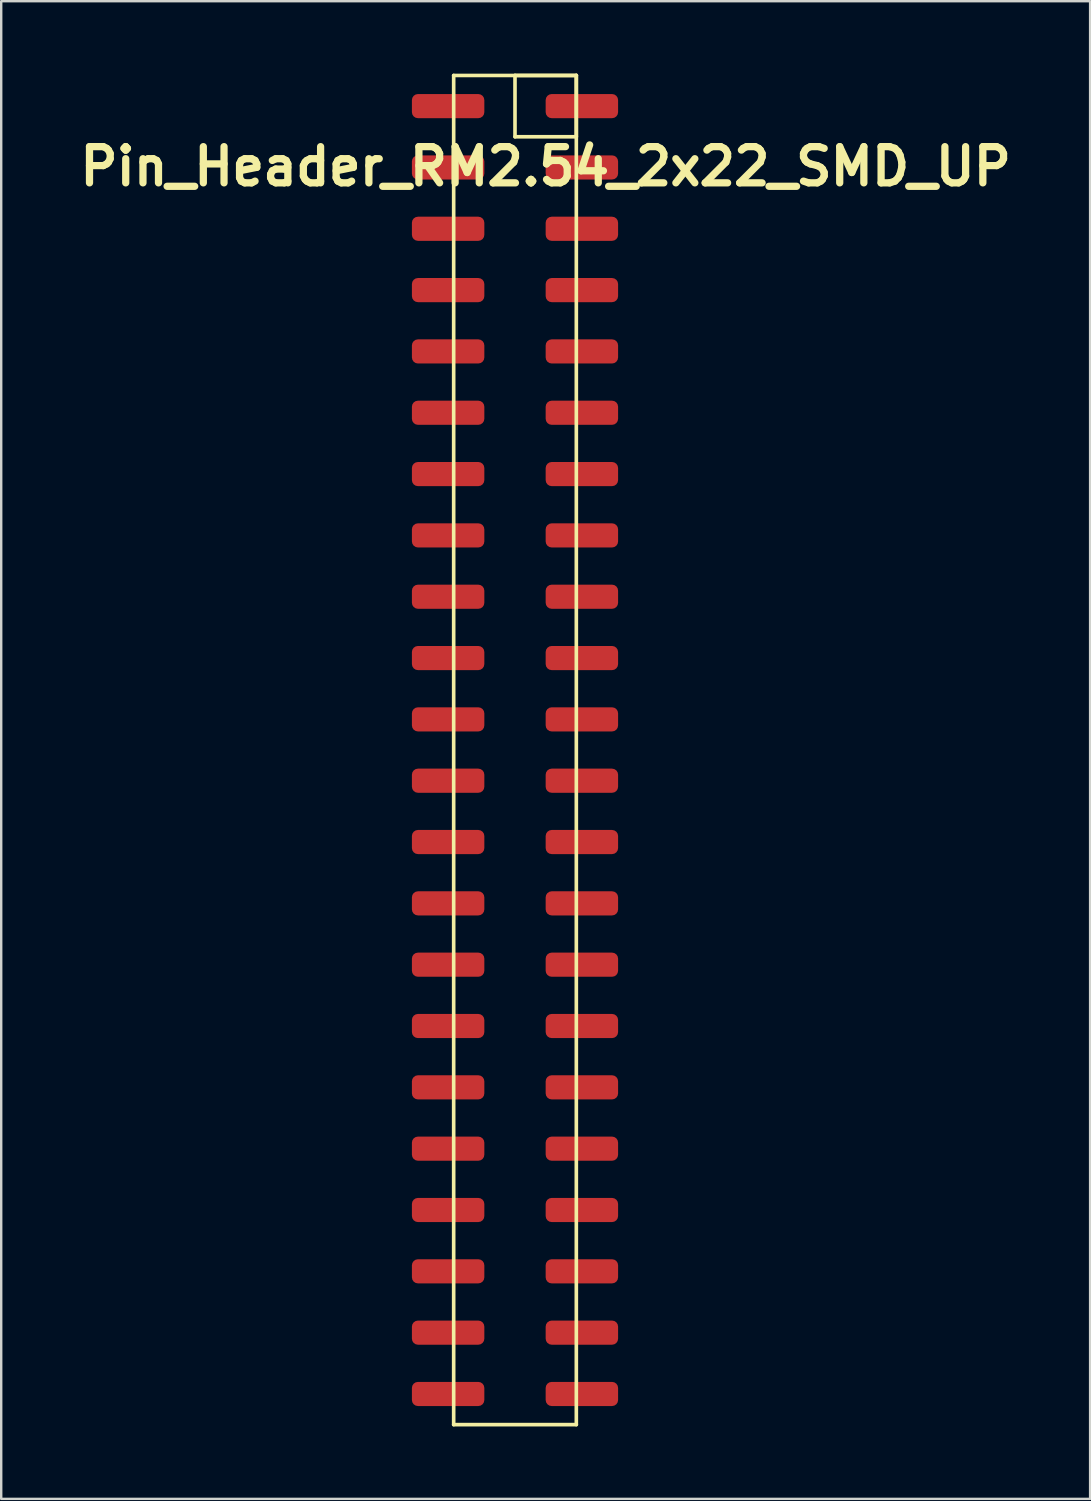
<source format=kicad_pcb>
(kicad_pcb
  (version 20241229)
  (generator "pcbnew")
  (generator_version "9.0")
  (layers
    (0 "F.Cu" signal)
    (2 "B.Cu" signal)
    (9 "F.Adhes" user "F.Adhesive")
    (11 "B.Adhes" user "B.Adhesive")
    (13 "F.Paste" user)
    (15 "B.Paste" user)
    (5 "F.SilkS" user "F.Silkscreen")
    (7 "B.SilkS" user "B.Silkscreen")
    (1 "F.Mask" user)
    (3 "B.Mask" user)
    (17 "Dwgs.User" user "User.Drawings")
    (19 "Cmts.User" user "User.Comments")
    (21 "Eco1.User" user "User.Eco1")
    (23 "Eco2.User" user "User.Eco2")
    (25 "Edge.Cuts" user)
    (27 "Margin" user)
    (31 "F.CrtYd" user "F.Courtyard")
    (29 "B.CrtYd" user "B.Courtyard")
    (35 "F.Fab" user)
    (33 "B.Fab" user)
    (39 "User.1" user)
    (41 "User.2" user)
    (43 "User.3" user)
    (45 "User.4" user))
  (footprint "Pin_Header_RM2.54_2x22_SMD_UP"
    (layer "F.Cu")
    (at 19.55 1.345)
    (property "Reference" "Pin_Header_RM2.54_2x22_SMD_UP" (at 0 2.5 0) (layer "F.SilkS") (effects (font (size 1.5 1.5) (thickness 0.3))))
    (attr through_hole)
    (fp_line (start -3.81 -1.27) (end 1.27 -1.27) (stroke (width 0.15) (type solid)) (layer "F.SilkS"))
    (fp_line (start -3.81 54.61) (end -3.81 -1.27) (stroke (width 0.15) (type solid)) (layer "F.SilkS"))
    (fp_line (start -1.27 -1.27) (end 1.27 -1.27) (stroke (width 0.15) (type solid)) (layer "F.SilkS"))
    (fp_line (start -1.27 1.27) (end -1.27 -1.27) (stroke (width 0.15) (type solid)) (layer "F.SilkS"))
    (fp_line (start 1.27 -1.27) (end 1.27 1.27) (stroke (width 0.15) (type solid)) (layer "F.SilkS"))
    (fp_line (start 1.27 -1.27) (end 1.27 54.61) (stroke (width 0.15) (type solid)) (layer "F.SilkS"))
    (fp_line (start 1.27 1.27) (end -1.27 1.27) (stroke (width 0.15) (type solid)) (layer "F.SilkS"))
    (fp_line (start 1.27 54.61) (end -3.81 54.61) (stroke (width 0.15) (type solid)) (layer "F.SilkS"))
    (pad "1" smd roundrect (at 1.5 0) (size 3 1) (layers "F.Cu" "F.Mask") (roundrect_rratio 0.25))
    (pad "2" smd roundrect (at -4.04 0) (size 3 1) (layers "F.Cu" "F.Mask") (roundrect_rratio 0.25))
    (pad "3" smd roundrect (at 1.5 2.54) (size 3 1) (layers "F.Cu" "F.Mask") (roundrect_rratio 0.25))
    (pad "4" smd roundrect (at -4.04 2.54) (size 3 1) (layers "F.Cu" "F.Mask") (roundrect_rratio 0.25))
    (pad "5" smd roundrect (at 1.5 5.08) (size 3 1) (layers "F.Cu" "F.Mask") (roundrect_rratio 0.25))
    (pad "6" smd roundrect (at -4.04 5.08) (size 3 1) (layers "F.Cu" "F.Mask") (roundrect_rratio 0.25))
    (pad "7" smd roundrect (at 1.5 7.62) (size 3 1) (layers "F.Cu" "F.Mask") (roundrect_rratio 0.25))
    (pad "8" smd roundrect (at -4.04 7.62) (size 3 1) (layers "F.Cu" "F.Mask") (roundrect_rratio 0.25))
    (pad "9" smd roundrect (at 1.5 10.16) (size 3 1) (layers "F.Cu" "F.Mask") (roundrect_rratio 0.25))
    (pad "10" smd roundrect (at -4.04 10.16) (size 3 1) (layers "F.Cu" "F.Mask") (roundrect_rratio 0.25))
    (pad "11" smd roundrect (at 1.5 12.7) (size 3 1) (layers "F.Cu" "F.Mask") (roundrect_rratio 0.25))
    (pad "12" smd roundrect (at -4.04 12.7) (size 3 1) (layers "F.Cu" "F.Mask") (roundrect_rratio 0.25))
    (pad "13" smd roundrect (at 1.5 15.24) (size 3 1) (layers "F.Cu" "F.Mask") (roundrect_rratio 0.25))
    (pad "14" smd roundrect (at -4.04 15.24) (size 3 1) (layers "F.Cu" "F.Mask") (roundrect_rratio 0.25))
    (pad "15" smd roundrect (at 1.5 17.78) (size 3 1) (layers "F.Cu" "F.Mask") (roundrect_rratio 0.25))
    (pad "16" smd roundrect (at -4.04 17.78) (size 3 1) (layers "F.Cu" "F.Mask") (roundrect_rratio 0.25))
    (pad "17" smd roundrect (at 1.5 20.32) (size 3 1) (layers "F.Cu" "F.Mask") (roundrect_rratio 0.25))
    (pad "18" smd roundrect (at -4.04 20.32) (size 3 1) (layers "F.Cu" "F.Mask") (roundrect_rratio 0.25))
    (pad "19" smd roundrect (at 1.5 22.86) (size 3 1) (layers "F.Cu" "F.Mask") (roundrect_rratio 0.25))
    (pad "20" smd roundrect (at -4.04 22.86) (size 3 1) (layers "F.Cu" "F.Mask") (roundrect_rratio 0.25))
    (pad "21" smd roundrect (at 1.5 25.4) (size 3 1) (layers "F.Cu" "F.Mask") (roundrect_rratio 0.25))
    (pad "22" smd roundrect (at -4.04 25.4) (size 3 1) (layers "F.Cu" "F.Mask") (roundrect_rratio 0.25))
    (pad "23" smd roundrect (at 1.5 27.94) (size 3 1) (layers "F.Cu" "F.Mask") (roundrect_rratio 0.25))
    (pad "24" smd roundrect (at -4.04 27.94) (size 3 1) (layers "F.Cu" "F.Mask") (roundrect_rratio 0.25))
    (pad "25" smd roundrect (at 1.5 30.48) (size 3 1) (layers "F.Cu" "F.Mask") (roundrect_rratio 0.25))
    (pad "26" smd roundrect (at -4.04 30.48) (size 3 1) (layers "F.Cu" "F.Mask") (roundrect_rratio 0.25))
    (pad "27" smd roundrect (at 1.5 33.02) (size 3 1) (layers "F.Cu" "F.Mask") (roundrect_rratio 0.25))
    (pad "28" smd roundrect (at -4.04 33.02) (size 3 1) (layers "F.Cu" "F.Mask") (roundrect_rratio 0.25))
    (pad "29" smd roundrect (at 1.5 35.56) (size 3 1) (layers "F.Cu" "F.Mask") (roundrect_rratio 0.25))
    (pad "30" smd roundrect (at -4.04 35.56) (size 3 1) (layers "F.Cu" "F.Mask") (roundrect_rratio 0.25))
    (pad "31" smd roundrect (at 1.5 38.1) (size 3 1) (layers "F.Cu" "F.Mask") (roundrect_rratio 0.25))
    (pad "32" smd roundrect (at -4.04 38.1) (size 3 1) (layers "F.Cu" "F.Mask") (roundrect_rratio 0.25))
    (pad "33" smd roundrect (at 1.5 40.64) (size 3 1) (layers "F.Cu" "F.Mask") (roundrect_rratio 0.25))
    (pad "34" smd roundrect (at -4.04 40.64) (size 3 1) (layers "F.Cu" "F.Mask") (roundrect_rratio 0.25))
    (pad "35" smd roundrect (at 1.5 43.18) (size 3 1) (layers "F.Cu" "F.Mask") (roundrect_rratio 0.25))
    (pad "36" smd roundrect (at -4.04 43.18) (size 3 1) (layers "F.Cu" "F.Mask") (roundrect_rratio 0.25))
    (pad "37" smd roundrect (at 1.5 45.72) (size 3 1) (layers "F.Cu" "F.Mask") (roundrect_rratio 0.25))
    (pad "38" smd roundrect (at -4.04 45.72) (size 3 1) (layers "F.Cu" "F.Mask") (roundrect_rratio 0.25))
    (pad "39" smd roundrect (at 1.5 48.26) (size 3 1) (layers "F.Cu" "F.Mask") (roundrect_rratio 0.25))
    (pad "40" smd roundrect (at -4.04 48.26) (size 3 1) (layers "F.Cu" "F.Mask") (roundrect_rratio 0.25))
    (pad "41" smd roundrect (at 1.5 50.8) (size 3 1) (layers "F.Cu" "F.Mask") (roundrect_rratio 0.25))
    (pad "42" smd roundrect (at -4.04 50.8) (size 3 1) (layers "F.Cu" "F.Mask") (roundrect_rratio 0.25))
    (pad "43" smd roundrect (at 1.5 53.34) (size 3 1) (layers "F.Cu" "F.Mask") (roundrect_rratio 0.25))
    (pad "44" smd roundrect (at -4.04 53.34) (size 3 1) (layers "F.Cu" "F.Mask") (roundrect_rratio 0.25)))
  (gr_rect
    (start -3 -3)
    (end 42.1 59.03)
    (stroke (width 0.1) (type default))
    (fill no)
    (layer "Edge.Cuts")))
</source>
